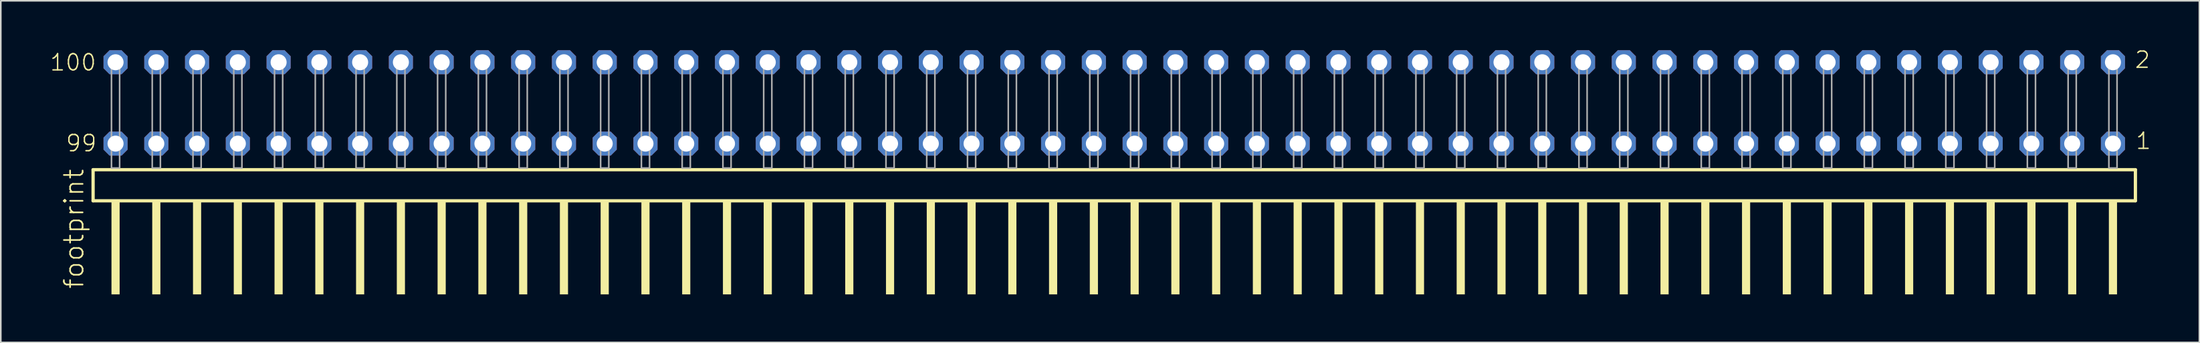
<source format=kicad_pcb>
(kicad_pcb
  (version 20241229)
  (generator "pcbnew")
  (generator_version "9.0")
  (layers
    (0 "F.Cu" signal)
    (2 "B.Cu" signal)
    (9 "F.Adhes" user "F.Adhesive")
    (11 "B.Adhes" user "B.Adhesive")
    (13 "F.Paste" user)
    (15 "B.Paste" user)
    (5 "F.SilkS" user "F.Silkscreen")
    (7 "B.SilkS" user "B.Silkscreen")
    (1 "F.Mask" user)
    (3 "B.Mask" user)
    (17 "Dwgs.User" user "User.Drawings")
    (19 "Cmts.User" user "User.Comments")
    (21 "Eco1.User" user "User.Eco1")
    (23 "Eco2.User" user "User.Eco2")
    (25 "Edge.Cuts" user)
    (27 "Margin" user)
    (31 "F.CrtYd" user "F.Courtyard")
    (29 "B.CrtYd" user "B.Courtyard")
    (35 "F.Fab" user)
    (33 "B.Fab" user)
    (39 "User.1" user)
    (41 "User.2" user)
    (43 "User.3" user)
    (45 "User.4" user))
  (footprint "footprint"
    (layer "F.Cu")
    (at 66.38 7.441)
    (property "Reference" "footprint" (at -64.135 7.62 90) (layer "F.SilkS") (effects (font (size 1.168 1.168) (thickness 0.102)) (justify left bottom)))
    (fp_line (start -63.629 0.106) (end -63.629 2.046) (stroke (width 0.203) (type solid)) (layer "F.SilkS"))
    (fp_line (start -63.629 2.046) (end 63.629 2.046) (stroke (width 0.203) (type solid)) (layer "F.SilkS"))
    (fp_line (start 63.629 0.106) (end -63.629 0.106) (stroke (width 0.203) (type solid)) (layer "F.SilkS"))
    (fp_line (start 63.629 2.046) (end 63.629 0.106) (stroke (width 0.203) (type solid)) (layer "F.SilkS"))
    (fp_poly (pts (xy -62.484 7.89) (xy -61.976 7.89) (xy -61.976 2.04) (xy -62.484 2.04)) (stroke (width 0) (type solid)) (fill yes) (layer "F.SilkS"))
    (fp_poly (pts (xy -59.944 7.89) (xy -59.436 7.89) (xy -59.436 2.04) (xy -59.944 2.04)) (stroke (width 0) (type solid)) (fill yes) (layer "F.SilkS"))
    (fp_poly (pts (xy -57.404 7.89) (xy -56.896 7.89) (xy -56.896 2.04) (xy -57.404 2.04)) (stroke (width 0) (type solid)) (fill yes) (layer "F.SilkS"))
    (fp_poly (pts (xy -54.864 7.89) (xy -54.356 7.89) (xy -54.356 2.04) (xy -54.864 2.04)) (stroke (width 0) (type solid)) (fill yes) (layer "F.SilkS"))
    (fp_poly (pts (xy -52.324 7.89) (xy -51.816 7.89) (xy -51.816 2.04) (xy -52.324 2.04)) (stroke (width 0) (type solid)) (fill yes) (layer "F.SilkS"))
    (fp_poly (pts (xy -49.784 7.89) (xy -49.276 7.89) (xy -49.276 2.04) (xy -49.784 2.04)) (stroke (width 0) (type solid)) (fill yes) (layer "F.SilkS"))
    (fp_poly (pts (xy -47.244 7.89) (xy -46.736 7.89) (xy -46.736 2.04) (xy -47.244 2.04)) (stroke (width 0) (type solid)) (fill yes) (layer "F.SilkS"))
    (fp_poly (pts (xy -44.704 7.89) (xy -44.196 7.89) (xy -44.196 2.04) (xy -44.704 2.04)) (stroke (width 0) (type solid)) (fill yes) (layer "F.SilkS"))
    (fp_poly (pts (xy -42.164 7.89) (xy -41.656 7.89) (xy -41.656 2.04) (xy -42.164 2.04)) (stroke (width 0) (type solid)) (fill yes) (layer "F.SilkS"))
    (fp_poly (pts (xy -39.624 7.89) (xy -39.116 7.89) (xy -39.116 2.04) (xy -39.624 2.04)) (stroke (width 0) (type solid)) (fill yes) (layer "F.SilkS"))
    (fp_poly (pts (xy -37.084 7.89) (xy -36.576 7.89) (xy -36.576 2.04) (xy -37.084 2.04)) (stroke (width 0) (type solid)) (fill yes) (layer "F.SilkS"))
    (fp_poly (pts (xy -34.544 7.89) (xy -34.036 7.89) (xy -34.036 2.04) (xy -34.544 2.04)) (stroke (width 0) (type solid)) (fill yes) (layer "F.SilkS"))
    (fp_poly (pts (xy -32.004 7.89) (xy -31.496 7.89) (xy -31.496 2.04) (xy -32.004 2.04)) (stroke (width 0) (type solid)) (fill yes) (layer "F.SilkS"))
    (fp_poly (pts (xy -29.464 7.89) (xy -28.956 7.89) (xy -28.956 2.04) (xy -29.464 2.04)) (stroke (width 0) (type solid)) (fill yes) (layer "F.SilkS"))
    (fp_poly (pts (xy -26.924 7.89) (xy -26.416 7.89) (xy -26.416 2.04) (xy -26.924 2.04)) (stroke (width 0) (type solid)) (fill yes) (layer "F.SilkS"))
    (fp_poly (pts (xy -24.384 7.89) (xy -23.876 7.89) (xy -23.876 2.04) (xy -24.384 2.04)) (stroke (width 0) (type solid)) (fill yes) (layer "F.SilkS"))
    (fp_poly (pts (xy -21.844 7.89) (xy -21.336 7.89) (xy -21.336 2.04) (xy -21.844 2.04)) (stroke (width 0) (type solid)) (fill yes) (layer "F.SilkS"))
    (fp_poly (pts (xy -19.304 7.89) (xy -18.796 7.89) (xy -18.796 2.04) (xy -19.304 2.04)) (stroke (width 0) (type solid)) (fill yes) (layer "F.SilkS"))
    (fp_poly (pts (xy -16.764 7.89) (xy -16.256 7.89) (xy -16.256 2.04) (xy -16.764 2.04)) (stroke (width 0) (type solid)) (fill yes) (layer "F.SilkS"))
    (fp_poly (pts (xy -14.224 7.89) (xy -13.716 7.89) (xy -13.716 2.04) (xy -14.224 2.04)) (stroke (width 0) (type solid)) (fill yes) (layer "F.SilkS"))
    (fp_poly (pts (xy -11.684 7.89) (xy -11.176 7.89) (xy -11.176 2.04) (xy -11.684 2.04)) (stroke (width 0) (type solid)) (fill yes) (layer "F.SilkS"))
    (fp_poly (pts (xy -9.144 7.89) (xy -8.636 7.89) (xy -8.636 2.04) (xy -9.144 2.04)) (stroke (width 0) (type solid)) (fill yes) (layer "F.SilkS"))
    (fp_poly (pts (xy -6.604 7.89) (xy -6.096 7.89) (xy -6.096 2.04) (xy -6.604 2.04)) (stroke (width 0) (type solid)) (fill yes) (layer "F.SilkS"))
    (fp_poly (pts (xy -4.064 7.89) (xy -3.556 7.89) (xy -3.556 2.04) (xy -4.064 2.04)) (stroke (width 0) (type solid)) (fill yes) (layer "F.SilkS"))
    (fp_poly (pts (xy -1.524 7.89) (xy -1.016 7.89) (xy -1.016 2.04) (xy -1.524 2.04)) (stroke (width 0) (type solid)) (fill yes) (layer "F.SilkS"))
    (fp_poly (pts (xy 1.016 7.89) (xy 1.524 7.89) (xy 1.524 2.04) (xy 1.016 2.04)) (stroke (width 0) (type solid)) (fill yes) (layer "F.SilkS"))
    (fp_poly (pts (xy 3.556 7.89) (xy 4.064 7.89) (xy 4.064 2.04) (xy 3.556 2.04)) (stroke (width 0) (type solid)) (fill yes) (layer "F.SilkS"))
    (fp_poly (pts (xy 6.096 7.89) (xy 6.604 7.89) (xy 6.604 2.04) (xy 6.096 2.04)) (stroke (width 0) (type solid)) (fill yes) (layer "F.SilkS"))
    (fp_poly (pts (xy 8.636 7.89) (xy 9.144 7.89) (xy 9.144 2.04) (xy 8.636 2.04)) (stroke (width 0) (type solid)) (fill yes) (layer "F.SilkS"))
    (fp_poly (pts (xy 11.176 7.89) (xy 11.684 7.89) (xy 11.684 2.04) (xy 11.176 2.04)) (stroke (width 0) (type solid)) (fill yes) (layer "F.SilkS"))
    (fp_poly (pts (xy 13.716 7.89) (xy 14.224 7.89) (xy 14.224 2.04) (xy 13.716 2.04)) (stroke (width 0) (type solid)) (fill yes) (layer "F.SilkS"))
    (fp_poly (pts (xy 16.256 7.89) (xy 16.764 7.89) (xy 16.764 2.04) (xy 16.256 2.04)) (stroke (width 0) (type solid)) (fill yes) (layer "F.SilkS"))
    (fp_poly (pts (xy 18.796 7.89) (xy 19.304 7.89) (xy 19.304 2.04) (xy 18.796 2.04)) (stroke (width 0) (type solid)) (fill yes) (layer "F.SilkS"))
    (fp_poly (pts (xy 21.336 7.89) (xy 21.844 7.89) (xy 21.844 2.04) (xy 21.336 2.04)) (stroke (width 0) (type solid)) (fill yes) (layer "F.SilkS"))
    (fp_poly (pts (xy 23.876 7.89) (xy 24.384 7.89) (xy 24.384 2.04) (xy 23.876 2.04)) (stroke (width 0) (type solid)) (fill yes) (layer "F.SilkS"))
    (fp_poly (pts (xy 26.416 7.89) (xy 26.924 7.89) (xy 26.924 2.04) (xy 26.416 2.04)) (stroke (width 0) (type solid)) (fill yes) (layer "F.SilkS"))
    (fp_poly (pts (xy 28.956 7.89) (xy 29.464 7.89) (xy 29.464 2.04) (xy 28.956 2.04)) (stroke (width 0) (type solid)) (fill yes) (layer "F.SilkS"))
    (fp_poly (pts (xy 31.496 7.89) (xy 32.004 7.89) (xy 32.004 2.04) (xy 31.496 2.04)) (stroke (width 0) (type solid)) (fill yes) (layer "F.SilkS"))
    (fp_poly (pts (xy 34.036 7.89) (xy 34.544 7.89) (xy 34.544 2.04) (xy 34.036 2.04)) (stroke (width 0) (type solid)) (fill yes) (layer "F.SilkS"))
    (fp_poly (pts (xy 36.576 7.89) (xy 37.084 7.89) (xy 37.084 2.04) (xy 36.576 2.04)) (stroke (width 0) (type solid)) (fill yes) (layer "F.SilkS"))
    (fp_poly (pts (xy 39.116 7.89) (xy 39.624 7.89) (xy 39.624 2.04) (xy 39.116 2.04)) (stroke (width 0) (type solid)) (fill yes) (layer "F.SilkS"))
    (fp_poly (pts (xy 41.656 7.89) (xy 42.164 7.89) (xy 42.164 2.04) (xy 41.656 2.04)) (stroke (width 0) (type solid)) (fill yes) (layer "F.SilkS"))
    (fp_poly (pts (xy 44.196 7.89) (xy 44.704 7.89) (xy 44.704 2.04) (xy 44.196 2.04)) (stroke (width 0) (type solid)) (fill yes) (layer "F.SilkS"))
    (fp_poly (pts (xy 46.736 7.89) (xy 47.244 7.89) (xy 47.244 2.04) (xy 46.736 2.04)) (stroke (width 0) (type solid)) (fill yes) (layer "F.SilkS"))
    (fp_poly (pts (xy 49.276 7.89) (xy 49.784 7.89) (xy 49.784 2.04) (xy 49.276 2.04)) (stroke (width 0) (type solid)) (fill yes) (layer "F.SilkS"))
    (fp_poly (pts (xy 51.816 7.89) (xy 52.324 7.89) (xy 52.324 2.04) (xy 51.816 2.04)) (stroke (width 0) (type solid)) (fill yes) (layer "F.SilkS"))
    (fp_poly (pts (xy 54.356 7.89) (xy 54.864 7.89) (xy 54.864 2.04) (xy 54.356 2.04)) (stroke (width 0) (type solid)) (fill yes) (layer "F.SilkS"))
    (fp_poly (pts (xy 56.896 7.89) (xy 57.404 7.89) (xy 57.404 2.04) (xy 56.896 2.04)) (stroke (width 0) (type solid)) (fill yes) (layer "F.SilkS"))
    (fp_poly (pts (xy 59.436 7.89) (xy 59.944 7.89) (xy 59.944 2.04) (xy 59.436 2.04)) (stroke (width 0) (type solid)) (fill yes) (layer "F.SilkS"))
    (fp_poly (pts (xy 61.976 7.89) (xy 62.484 7.89) (xy 62.484 2.04) (xy 61.976 2.04)) (stroke (width 0) (type solid)) (fill yes) (layer "F.SilkS"))
    (fp_poly (pts (xy -62.484 0) (xy -61.976 0) (xy -61.976 -6.858) (xy -62.484 -6.858)) (stroke (width 0.1) (type solid)) (fill no) (layer "F.Fab"))
    (fp_poly (pts (xy -59.944 0) (xy -59.436 0) (xy -59.436 -6.858) (xy -59.944 -6.858)) (stroke (width 0.1) (type solid)) (fill no) (layer "F.Fab"))
    (fp_poly (pts (xy -57.404 0) (xy -56.896 0) (xy -56.896 -6.858) (xy -57.404 -6.858)) (stroke (width 0.1) (type solid)) (fill no) (layer "F.Fab"))
    (fp_poly (pts (xy -54.864 0) (xy -54.356 0) (xy -54.356 -6.858) (xy -54.864 -6.858)) (stroke (width 0.1) (type solid)) (fill no) (layer "F.Fab"))
    (fp_poly (pts (xy -52.324 0) (xy -51.816 0) (xy -51.816 -6.858) (xy -52.324 -6.858)) (stroke (width 0.1) (type solid)) (fill no) (layer "F.Fab"))
    (fp_poly (pts (xy -49.784 0) (xy -49.276 0) (xy -49.276 -6.858) (xy -49.784 -6.858)) (stroke (width 0.1) (type solid)) (fill no) (layer "F.Fab"))
    (fp_poly (pts (xy -47.244 0) (xy -46.736 0) (xy -46.736 -6.858) (xy -47.244 -6.858)) (stroke (width 0.1) (type solid)) (fill no) (layer "F.Fab"))
    (fp_poly (pts (xy -44.704 0) (xy -44.196 0) (xy -44.196 -6.858) (xy -44.704 -6.858)) (stroke (width 0.1) (type solid)) (fill no) (layer "F.Fab"))
    (fp_poly (pts (xy -42.164 0) (xy -41.656 0) (xy -41.656 -6.858) (xy -42.164 -6.858)) (stroke (width 0.1) (type solid)) (fill no) (layer "F.Fab"))
    (fp_poly (pts (xy -39.624 0) (xy -39.116 0) (xy -39.116 -6.858) (xy -39.624 -6.858)) (stroke (width 0.1) (type solid)) (fill no) (layer "F.Fab"))
    (fp_poly (pts (xy -37.084 0) (xy -36.576 0) (xy -36.576 -6.858) (xy -37.084 -6.858)) (stroke (width 0.1) (type solid)) (fill no) (layer "F.Fab"))
    (fp_poly (pts (xy -34.544 0) (xy -34.036 0) (xy -34.036 -6.858) (xy -34.544 -6.858)) (stroke (width 0.1) (type solid)) (fill no) (layer "F.Fab"))
    (fp_poly (pts (xy -32.004 0) (xy -31.496 0) (xy -31.496 -6.858) (xy -32.004 -6.858)) (stroke (width 0.1) (type solid)) (fill no) (layer "F.Fab"))
    (fp_poly (pts (xy -29.464 0) (xy -28.956 0) (xy -28.956 -6.858) (xy -29.464 -6.858)) (stroke (width 0.1) (type solid)) (fill no) (layer "F.Fab"))
    (fp_poly (pts (xy -26.924 0) (xy -26.416 0) (xy -26.416 -6.858) (xy -26.924 -6.858)) (stroke (width 0.1) (type solid)) (fill no) (layer "F.Fab"))
    (fp_poly (pts (xy -24.384 0) (xy -23.876 0) (xy -23.876 -6.858) (xy -24.384 -6.858)) (stroke (width 0.1) (type solid)) (fill no) (layer "F.Fab"))
    (fp_poly (pts (xy -21.844 0) (xy -21.336 0) (xy -21.336 -6.858) (xy -21.844 -6.858)) (stroke (width 0.1) (type solid)) (fill no) (layer "F.Fab"))
    (fp_poly (pts (xy -19.304 0) (xy -18.796 0) (xy -18.796 -6.858) (xy -19.304 -6.858)) (stroke (width 0.1) (type solid)) (fill no) (layer "F.Fab"))
    (fp_poly (pts (xy -16.764 0) (xy -16.256 0) (xy -16.256 -6.858) (xy -16.764 -6.858)) (stroke (width 0.1) (type solid)) (fill no) (layer "F.Fab"))
    (fp_poly (pts (xy -14.224 0) (xy -13.716 0) (xy -13.716 -6.858) (xy -14.224 -6.858)) (stroke (width 0.1) (type solid)) (fill no) (layer "F.Fab"))
    (fp_poly (pts (xy -11.684 0) (xy -11.176 0) (xy -11.176 -6.858) (xy -11.684 -6.858)) (stroke (width 0.1) (type solid)) (fill no) (layer "F.Fab"))
    (fp_poly (pts (xy -9.144 0) (xy -8.636 0) (xy -8.636 -6.858) (xy -9.144 -6.858)) (stroke (width 0.1) (type solid)) (fill no) (layer "F.Fab"))
    (fp_poly (pts (xy -6.604 0) (xy -6.096 0) (xy -6.096 -6.858) (xy -6.604 -6.858)) (stroke (width 0.1) (type solid)) (fill no) (layer "F.Fab"))
    (fp_poly (pts (xy -4.064 0) (xy -3.556 0) (xy -3.556 -6.858) (xy -4.064 -6.858)) (stroke (width 0.1) (type solid)) (fill no) (layer "F.Fab"))
    (fp_poly (pts (xy -1.524 0) (xy -1.016 0) (xy -1.016 -6.858) (xy -1.524 -6.858)) (stroke (width 0.1) (type solid)) (fill no) (layer "F.Fab"))
    (fp_poly (pts (xy 1.016 0) (xy 1.524 0) (xy 1.524 -6.858) (xy 1.016 -6.858)) (stroke (width 0.1) (type solid)) (fill no) (layer "F.Fab"))
    (fp_poly (pts (xy 3.556 0) (xy 4.064 0) (xy 4.064 -6.858) (xy 3.556 -6.858)) (stroke (width 0.1) (type solid)) (fill no) (layer "F.Fab"))
    (fp_poly (pts (xy 6.096 0) (xy 6.604 0) (xy 6.604 -6.858) (xy 6.096 -6.858)) (stroke (width 0.1) (type solid)) (fill no) (layer "F.Fab"))
    (fp_poly (pts (xy 8.636 0) (xy 9.144 0) (xy 9.144 -6.858) (xy 8.636 -6.858)) (stroke (width 0.1) (type solid)) (fill no) (layer "F.Fab"))
    (fp_poly (pts (xy 11.176 0) (xy 11.684 0) (xy 11.684 -6.858) (xy 11.176 -6.858)) (stroke (width 0.1) (type solid)) (fill no) (layer "F.Fab"))
    (fp_poly (pts (xy 13.716 0) (xy 14.224 0) (xy 14.224 -6.858) (xy 13.716 -6.858)) (stroke (width 0.1) (type solid)) (fill no) (layer "F.Fab"))
    (fp_poly (pts (xy 16.256 0) (xy 16.764 0) (xy 16.764 -6.858) (xy 16.256 -6.858)) (stroke (width 0.1) (type solid)) (fill no) (layer "F.Fab"))
    (fp_poly (pts (xy 18.796 0) (xy 19.304 0) (xy 19.304 -6.858) (xy 18.796 -6.858)) (stroke (width 0.1) (type solid)) (fill no) (layer "F.Fab"))
    (fp_poly (pts (xy 21.336 0) (xy 21.844 0) (xy 21.844 -6.858) (xy 21.336 -6.858)) (stroke (width 0.1) (type solid)) (fill no) (layer "F.Fab"))
    (fp_poly (pts (xy 23.876 0) (xy 24.384 0) (xy 24.384 -6.858) (xy 23.876 -6.858)) (stroke (width 0.1) (type solid)) (fill no) (layer "F.Fab"))
    (fp_poly (pts (xy 26.416 0) (xy 26.924 0) (xy 26.924 -6.858) (xy 26.416 -6.858)) (stroke (width 0.1) (type solid)) (fill no) (layer "F.Fab"))
    (fp_poly (pts (xy 28.956 0) (xy 29.464 0) (xy 29.464 -6.858) (xy 28.956 -6.858)) (stroke (width 0.1) (type solid)) (fill no) (layer "F.Fab"))
    (fp_poly (pts (xy 31.496 0) (xy 32.004 0) (xy 32.004 -6.858) (xy 31.496 -6.858)) (stroke (width 0.1) (type solid)) (fill no) (layer "F.Fab"))
    (fp_poly (pts (xy 34.036 0) (xy 34.544 0) (xy 34.544 -6.858) (xy 34.036 -6.858)) (stroke (width 0.1) (type solid)) (fill no) (layer "F.Fab"))
    (fp_poly (pts (xy 36.576 0) (xy 37.084 0) (xy 37.084 -6.858) (xy 36.576 -6.858)) (stroke (width 0.1) (type solid)) (fill no) (layer "F.Fab"))
    (fp_poly (pts (xy 39.116 0) (xy 39.624 0) (xy 39.624 -6.858) (xy 39.116 -6.858)) (stroke (width 0.1) (type solid)) (fill no) (layer "F.Fab"))
    (fp_poly (pts (xy 41.656 0) (xy 42.164 0) (xy 42.164 -6.858) (xy 41.656 -6.858)) (stroke (width 0.1) (type solid)) (fill no) (layer "F.Fab"))
    (fp_poly (pts (xy 44.196 0) (xy 44.704 0) (xy 44.704 -6.858) (xy 44.196 -6.858)) (stroke (width 0.1) (type solid)) (fill no) (layer "F.Fab"))
    (fp_poly (pts (xy 46.736 0) (xy 47.244 0) (xy 47.244 -6.858) (xy 46.736 -6.858)) (stroke (width 0.1) (type solid)) (fill no) (layer "F.Fab"))
    (fp_poly (pts (xy 49.276 0) (xy 49.784 0) (xy 49.784 -6.858) (xy 49.276 -6.858)) (stroke (width 0.1) (type solid)) (fill no) (layer "F.Fab"))
    (fp_poly (pts (xy 51.816 0) (xy 52.324 0) (xy 52.324 -6.858) (xy 51.816 -6.858)) (stroke (width 0.1) (type solid)) (fill no) (layer "F.Fab"))
    (fp_poly (pts (xy 54.356 0) (xy 54.864 0) (xy 54.864 -6.858) (xy 54.356 -6.858)) (stroke (width 0.1) (type solid)) (fill no) (layer "F.Fab"))
    (fp_poly (pts (xy 56.896 0) (xy 57.404 0) (xy 57.404 -6.858) (xy 56.896 -6.858)) (stroke (width 0.1) (type solid)) (fill no) (layer "F.Fab"))
    (fp_poly (pts (xy 59.436 0) (xy 59.944 0) (xy 59.944 -6.858) (xy 59.436 -6.858)) (stroke (width 0.1) (type solid)) (fill no) (layer "F.Fab"))
    (fp_poly (pts (xy 61.976 0) (xy 62.484 0) (xy 62.484 -6.858) (xy 61.976 -6.858)) (stroke (width 0.1) (type solid)) (fill no) (layer "F.Fab"))
    (fp_text user "99" (at -65.385 -0.955 0) (layer "F.SilkS") (effects (font (size 1.012 1.012) (thickness 0.088)) (justify left bottom)))
    (fp_text user "1" (at 63.59 -1.1 0) (layer "F.SilkS") (effects (font (size 1.012 1.012) (thickness 0.088)) (justify left bottom)))
    (fp_text user "2" (at 63.53 -6.165 0) (layer "F.SilkS") (effects (font (size 1.012 1.012) (thickness 0.088)) (justify left bottom)))
    (fp_text user "100" (at -66.38 -6 0) (layer "F.SilkS") (effects (font (size 1.012 1.012) (thickness 0.088)) (justify left bottom)))
    (pad "1" thru_hole roundrect (at 62.23 -1.524 180) (size 1.5 1.5) (drill 1) (layers "*.Cu" "*.Mask") (roundrect_rratio 0.25) (chamfer_ratio 0.25) (chamfer top_left top_right bottom_left bottom_right))
    (pad "2" thru_hole roundrect (at 62.23 -6.604 180) (size 1.5 1.5) (drill 1) (layers "*.Cu" "*.Mask") (roundrect_rratio 0.25) (chamfer_ratio 0.25) (chamfer top_left top_right bottom_left bottom_right))
    (pad "3" thru_hole roundrect (at 59.69 -1.524 180) (size 1.5 1.5) (drill 1) (layers "*.Cu" "*.Mask") (roundrect_rratio 0.25) (chamfer_ratio 0.25) (chamfer top_left top_right bottom_left bottom_right))
    (pad "4" thru_hole roundrect (at 59.69 -6.604 180) (size 1.5 1.5) (drill 1) (layers "*.Cu" "*.Mask") (roundrect_rratio 0.25) (chamfer_ratio 0.25) (chamfer top_left top_right bottom_left bottom_right))
    (pad "5" thru_hole roundrect (at 57.15 -1.524 180) (size 1.5 1.5) (drill 1) (layers "*.Cu" "*.Mask") (roundrect_rratio 0.25) (chamfer_ratio 0.25) (chamfer top_left top_right bottom_left bottom_right))
    (pad "6" thru_hole roundrect (at 57.15 -6.604 180) (size 1.5 1.5) (drill 1) (layers "*.Cu" "*.Mask") (roundrect_rratio 0.25) (chamfer_ratio 0.25) (chamfer top_left top_right bottom_left bottom_right))
    (pad "7" thru_hole roundrect (at 54.61 -1.524 180) (size 1.5 1.5) (drill 1) (layers "*.Cu" "*.Mask") (roundrect_rratio 0.25) (chamfer_ratio 0.25) (chamfer top_left top_right bottom_left bottom_right))
    (pad "8" thru_hole roundrect (at 54.61 -6.604 180) (size 1.5 1.5) (drill 1) (layers "*.Cu" "*.Mask") (roundrect_rratio 0.25) (chamfer_ratio 0.25) (chamfer top_left top_right bottom_left bottom_right))
    (pad "9" thru_hole roundrect (at 52.07 -1.524 180) (size 1.5 1.5) (drill 1) (layers "*.Cu" "*.Mask") (roundrect_rratio 0.25) (chamfer_ratio 0.25) (chamfer top_left top_right bottom_left bottom_right))
    (pad "10" thru_hole roundrect (at 52.07 -6.604 180) (size 1.5 1.5) (drill 1) (layers "*.Cu" "*.Mask") (roundrect_rratio 0.25) (chamfer_ratio 0.25) (chamfer top_left top_right bottom_left bottom_right))
    (pad "11" thru_hole roundrect (at 49.53 -1.524 180) (size 1.5 1.5) (drill 1) (layers "*.Cu" "*.Mask") (roundrect_rratio 0.25) (chamfer_ratio 0.25) (chamfer top_left top_right bottom_left bottom_right))
    (pad "12" thru_hole roundrect (at 49.53 -6.604 180) (size 1.5 1.5) (drill 1) (layers "*.Cu" "*.Mask") (roundrect_rratio 0.25) (chamfer_ratio 0.25) (chamfer top_left top_right bottom_left bottom_right))
    (pad "13" thru_hole roundrect (at 46.99 -1.524 180) (size 1.5 1.5) (drill 1) (layers "*.Cu" "*.Mask") (roundrect_rratio 0.25) (chamfer_ratio 0.25) (chamfer top_left top_right bottom_left bottom_right))
    (pad "14" thru_hole roundrect (at 46.99 -6.604 180) (size 1.5 1.5) (drill 1) (layers "*.Cu" "*.Mask") (roundrect_rratio 0.25) (chamfer_ratio 0.25) (chamfer top_left top_right bottom_left bottom_right))
    (pad "15" thru_hole roundrect (at 44.45 -1.524 180) (size 1.5 1.5) (drill 1) (layers "*.Cu" "*.Mask") (roundrect_rratio 0.25) (chamfer_ratio 0.25) (chamfer top_left top_right bottom_left bottom_right))
    (pad "16" thru_hole roundrect (at 44.45 -6.604 180) (size 1.5 1.5) (drill 1) (layers "*.Cu" "*.Mask") (roundrect_rratio 0.25) (chamfer_ratio 0.25) (chamfer top_left top_right bottom_left bottom_right))
    (pad "17" thru_hole roundrect (at 41.91 -1.524 180) (size 1.5 1.5) (drill 1) (layers "*.Cu" "*.Mask") (roundrect_rratio 0.25) (chamfer_ratio 0.25) (chamfer top_left top_right bottom_left bottom_right))
    (pad "18" thru_hole roundrect (at 41.91 -6.604 180) (size 1.5 1.5) (drill 1) (layers "*.Cu" "*.Mask") (roundrect_rratio 0.25) (chamfer_ratio 0.25) (chamfer top_left top_right bottom_left bottom_right))
    (pad "19" thru_hole roundrect (at 39.37 -1.524 180) (size 1.5 1.5) (drill 1) (layers "*.Cu" "*.Mask") (roundrect_rratio 0.25) (chamfer_ratio 0.25) (chamfer top_left top_right bottom_left bottom_right))
    (pad "20" thru_hole roundrect (at 39.37 -6.604 180) (size 1.5 1.5) (drill 1) (layers "*.Cu" "*.Mask") (roundrect_rratio 0.25) (chamfer_ratio 0.25) (chamfer top_left top_right bottom_left bottom_right))
    (pad "21" thru_hole roundrect (at 36.83 -1.524 180) (size 1.5 1.5) (drill 1) (layers "*.Cu" "*.Mask") (roundrect_rratio 0.25) (chamfer_ratio 0.25) (chamfer top_left top_right bottom_left bottom_right))
    (pad "22" thru_hole roundrect (at 36.83 -6.604 180) (size 1.5 1.5) (drill 1) (layers "*.Cu" "*.Mask") (roundrect_rratio 0.25) (chamfer_ratio 0.25) (chamfer top_left top_right bottom_left bottom_right))
    (pad "23" thru_hole roundrect (at 34.29 -1.524 180) (size 1.5 1.5) (drill 1) (layers "*.Cu" "*.Mask") (roundrect_rratio 0.25) (chamfer_ratio 0.25) (chamfer top_left top_right bottom_left bottom_right))
    (pad "24" thru_hole roundrect (at 34.29 -6.604 180) (size 1.5 1.5) (drill 1) (layers "*.Cu" "*.Mask") (roundrect_rratio 0.25) (chamfer_ratio 0.25) (chamfer top_left top_right bottom_left bottom_right))
    (pad "25" thru_hole roundrect (at 31.75 -1.524 180) (size 1.5 1.5) (drill 1) (layers "*.Cu" "*.Mask") (roundrect_rratio 0.25) (chamfer_ratio 0.25) (chamfer top_left top_right bottom_left bottom_right))
    (pad "26" thru_hole roundrect (at 31.75 -6.604 180) (size 1.5 1.5) (drill 1) (layers "*.Cu" "*.Mask") (roundrect_rratio 0.25) (chamfer_ratio 0.25) (chamfer top_left top_right bottom_left bottom_right))
    (pad "27" thru_hole roundrect (at 29.21 -1.524 180) (size 1.5 1.5) (drill 1) (layers "*.Cu" "*.Mask") (roundrect_rratio 0.25) (chamfer_ratio 0.25) (chamfer top_left top_right bottom_left bottom_right))
    (pad "28" thru_hole roundrect (at 29.21 -6.604 180) (size 1.5 1.5) (drill 1) (layers "*.Cu" "*.Mask") (roundrect_rratio 0.25) (chamfer_ratio 0.25) (chamfer top_left top_right bottom_left bottom_right))
    (pad "29" thru_hole roundrect (at 26.67 -1.524 180) (size 1.5 1.5) (drill 1) (layers "*.Cu" "*.Mask") (roundrect_rratio 0.25) (chamfer_ratio 0.25) (chamfer top_left top_right bottom_left bottom_right))
    (pad "30" thru_hole roundrect (at 26.67 -6.604 180) (size 1.5 1.5) (drill 1) (layers "*.Cu" "*.Mask") (roundrect_rratio 0.25) (chamfer_ratio 0.25) (chamfer top_left top_right bottom_left bottom_right))
    (pad "31" thru_hole roundrect (at 24.13 -1.524 180) (size 1.5 1.5) (drill 1) (layers "*.Cu" "*.Mask") (roundrect_rratio 0.25) (chamfer_ratio 0.25) (chamfer top_left top_right bottom_left bottom_right))
    (pad "32" thru_hole roundrect (at 24.13 -6.604 180) (size 1.5 1.5) (drill 1) (layers "*.Cu" "*.Mask") (roundrect_rratio 0.25) (chamfer_ratio 0.25) (chamfer top_left top_right bottom_left bottom_right))
    (pad "33" thru_hole roundrect (at 21.59 -1.524 180) (size 1.5 1.5) (drill 1) (layers "*.Cu" "*.Mask") (roundrect_rratio 0.25) (chamfer_ratio 0.25) (chamfer top_left top_right bottom_left bottom_right))
    (pad "34" thru_hole roundrect (at 21.59 -6.604 180) (size 1.5 1.5) (drill 1) (layers "*.Cu" "*.Mask") (roundrect_rratio 0.25) (chamfer_ratio 0.25) (chamfer top_left top_right bottom_left bottom_right))
    (pad "35" thru_hole roundrect (at 19.05 -1.524 180) (size 1.5 1.5) (drill 1) (layers "*.Cu" "*.Mask") (roundrect_rratio 0.25) (chamfer_ratio 0.25) (chamfer top_left top_right bottom_left bottom_right))
    (pad "36" thru_hole roundrect (at 19.05 -6.604 180) (size 1.5 1.5) (drill 1) (layers "*.Cu" "*.Mask") (roundrect_rratio 0.25) (chamfer_ratio 0.25) (chamfer top_left top_right bottom_left bottom_right))
    (pad "37" thru_hole roundrect (at 16.51 -1.524 180) (size 1.5 1.5) (drill 1) (layers "*.Cu" "*.Mask") (roundrect_rratio 0.25) (chamfer_ratio 0.25) (chamfer top_left top_right bottom_left bottom_right))
    (pad "38" thru_hole roundrect (at 16.51 -6.604 180) (size 1.5 1.5) (drill 1) (layers "*.Cu" "*.Mask") (roundrect_rratio 0.25) (chamfer_ratio 0.25) (chamfer top_left top_right bottom_left bottom_right))
    (pad "39" thru_hole roundrect (at 13.97 -1.524 180) (size 1.5 1.5) (drill 1) (layers "*.Cu" "*.Mask") (roundrect_rratio 0.25) (chamfer_ratio 0.25) (chamfer top_left top_right bottom_left bottom_right))
    (pad "40" thru_hole roundrect (at 13.97 -6.604 180) (size 1.5 1.5) (drill 1) (layers "*.Cu" "*.Mask") (roundrect_rratio 0.25) (chamfer_ratio 0.25) (chamfer top_left top_right bottom_left bottom_right))
    (pad "41" thru_hole roundrect (at 11.43 -1.524 180) (size 1.5 1.5) (drill 1) (layers "*.Cu" "*.Mask") (roundrect_rratio 0.25) (chamfer_ratio 0.25) (chamfer top_left top_right bottom_left bottom_right))
    (pad "42" thru_hole roundrect (at 11.43 -6.604 180) (size 1.5 1.5) (drill 1) (layers "*.Cu" "*.Mask") (roundrect_rratio 0.25) (chamfer_ratio 0.25) (chamfer top_left top_right bottom_left bottom_right))
    (pad "43" thru_hole roundrect (at 8.89 -1.524 180) (size 1.5 1.5) (drill 1) (layers "*.Cu" "*.Mask") (roundrect_rratio 0.25) (chamfer_ratio 0.25) (chamfer top_left top_right bottom_left bottom_right))
    (pad "44" thru_hole roundrect (at 8.89 -6.604 180) (size 1.5 1.5) (drill 1) (layers "*.Cu" "*.Mask") (roundrect_rratio 0.25) (chamfer_ratio 0.25) (chamfer top_left top_right bottom_left bottom_right))
    (pad "45" thru_hole roundrect (at 6.35 -1.524 180) (size 1.5 1.5) (drill 1) (layers "*.Cu" "*.Mask") (roundrect_rratio 0.25) (chamfer_ratio 0.25) (chamfer top_left top_right bottom_left bottom_right))
    (pad "46" thru_hole roundrect (at 6.35 -6.604 180) (size 1.5 1.5) (drill 1) (layers "*.Cu" "*.Mask") (roundrect_rratio 0.25) (chamfer_ratio 0.25) (chamfer top_left top_right bottom_left bottom_right))
    (pad "47" thru_hole roundrect (at 3.81 -1.524 180) (size 1.5 1.5) (drill 1) (layers "*.Cu" "*.Mask") (roundrect_rratio 0.25) (chamfer_ratio 0.25) (chamfer top_left top_right bottom_left bottom_right))
    (pad "48" thru_hole roundrect (at 3.81 -6.604 180) (size 1.5 1.5) (drill 1) (layers "*.Cu" "*.Mask") (roundrect_rratio 0.25) (chamfer_ratio 0.25) (chamfer top_left top_right bottom_left bottom_right))
    (pad "49" thru_hole roundrect (at 1.27 -1.524 180) (size 1.5 1.5) (drill 1) (layers "*.Cu" "*.Mask") (roundrect_rratio 0.25) (chamfer_ratio 0.25) (chamfer top_left top_right bottom_left bottom_right))
    (pad "50" thru_hole roundrect (at 1.27 -6.604 180) (size 1.5 1.5) (drill 1) (layers "*.Cu" "*.Mask") (roundrect_rratio 0.25) (chamfer_ratio 0.25) (chamfer top_left top_right bottom_left bottom_right))
    (pad "51" thru_hole roundrect (at -1.27 -1.524 180) (size 1.5 1.5) (drill 1) (layers "*.Cu" "*.Mask") (roundrect_rratio 0.25) (chamfer_ratio 0.25) (chamfer top_left top_right bottom_left bottom_right))
    (pad "52" thru_hole roundrect (at -1.27 -6.604 180) (size 1.5 1.5) (drill 1) (layers "*.Cu" "*.Mask") (roundrect_rratio 0.25) (chamfer_ratio 0.25) (chamfer top_left top_right bottom_left bottom_right))
    (pad "53" thru_hole roundrect (at -3.81 -1.524 180) (size 1.5 1.5) (drill 1) (layers "*.Cu" "*.Mask") (roundrect_rratio 0.25) (chamfer_ratio 0.25) (chamfer top_left top_right bottom_left bottom_right))
    (pad "54" thru_hole roundrect (at -3.81 -6.604 180) (size 1.5 1.5) (drill 1) (layers "*.Cu" "*.Mask") (roundrect_rratio 0.25) (chamfer_ratio 0.25) (chamfer top_left top_right bottom_left bottom_right))
    (pad "55" thru_hole roundrect (at -6.35 -1.524 180) (size 1.5 1.5) (drill 1) (layers "*.Cu" "*.Mask") (roundrect_rratio 0.25) (chamfer_ratio 0.25) (chamfer top_left top_right bottom_left bottom_right))
    (pad "56" thru_hole roundrect (at -6.35 -6.604 180) (size 1.5 1.5) (drill 1) (layers "*.Cu" "*.Mask") (roundrect_rratio 0.25) (chamfer_ratio 0.25) (chamfer top_left top_right bottom_left bottom_right))
    (pad "57" thru_hole roundrect (at -8.89 -1.524 180) (size 1.5 1.5) (drill 1) (layers "*.Cu" "*.Mask") (roundrect_rratio 0.25) (chamfer_ratio 0.25) (chamfer top_left top_right bottom_left bottom_right))
    (pad "58" thru_hole roundrect (at -8.89 -6.604 180) (size 1.5 1.5) (drill 1) (layers "*.Cu" "*.Mask") (roundrect_rratio 0.25) (chamfer_ratio 0.25) (chamfer top_left top_right bottom_left bottom_right))
    (pad "59" thru_hole roundrect (at -11.43 -1.524 180) (size 1.5 1.5) (drill 1) (layers "*.Cu" "*.Mask") (roundrect_rratio 0.25) (chamfer_ratio 0.25) (chamfer top_left top_right bottom_left bottom_right))
    (pad "60" thru_hole roundrect (at -11.43 -6.604 180) (size 1.5 1.5) (drill 1) (layers "*.Cu" "*.Mask") (roundrect_rratio 0.25) (chamfer_ratio 0.25) (chamfer top_left top_right bottom_left bottom_right))
    (pad "61" thru_hole roundrect (at -13.97 -1.524 180) (size 1.5 1.5) (drill 1) (layers "*.Cu" "*.Mask") (roundrect_rratio 0.25) (chamfer_ratio 0.25) (chamfer top_left top_right bottom_left bottom_right))
    (pad "62" thru_hole roundrect (at -13.97 -6.604 180) (size 1.5 1.5) (drill 1) (layers "*.Cu" "*.Mask") (roundrect_rratio 0.25) (chamfer_ratio 0.25) (chamfer top_left top_right bottom_left bottom_right))
    (pad "63" thru_hole roundrect (at -16.51 -1.524 180) (size 1.5 1.5) (drill 1) (layers "*.Cu" "*.Mask") (roundrect_rratio 0.25) (chamfer_ratio 0.25) (chamfer top_left top_right bottom_left bottom_right))
    (pad "64" thru_hole roundrect (at -16.51 -6.604 180) (size 1.5 1.5) (drill 1) (layers "*.Cu" "*.Mask") (roundrect_rratio 0.25) (chamfer_ratio 0.25) (chamfer top_left top_right bottom_left bottom_right))
    (pad "65" thru_hole roundrect (at -19.05 -1.524 180) (size 1.5 1.5) (drill 1) (layers "*.Cu" "*.Mask") (roundrect_rratio 0.25) (chamfer_ratio 0.25) (chamfer top_left top_right bottom_left bottom_right))
    (pad "66" thru_hole roundrect (at -19.05 -6.604 180) (size 1.5 1.5) (drill 1) (layers "*.Cu" "*.Mask") (roundrect_rratio 0.25) (chamfer_ratio 0.25) (chamfer top_left top_right bottom_left bottom_right))
    (pad "67" thru_hole roundrect (at -21.59 -1.524 180) (size 1.5 1.5) (drill 1) (layers "*.Cu" "*.Mask") (roundrect_rratio 0.25) (chamfer_ratio 0.25) (chamfer top_left top_right bottom_left bottom_right))
    (pad "68" thru_hole roundrect (at -21.59 -6.604 180) (size 1.5 1.5) (drill 1) (layers "*.Cu" "*.Mask") (roundrect_rratio 0.25) (chamfer_ratio 0.25) (chamfer top_left top_right bottom_left bottom_right))
    (pad "69" thru_hole roundrect (at -24.13 -1.524 180) (size 1.5 1.5) (drill 1) (layers "*.Cu" "*.Mask") (roundrect_rratio 0.25) (chamfer_ratio 0.25) (chamfer top_left top_right bottom_left bottom_right))
    (pad "70" thru_hole roundrect (at -24.13 -6.604 180) (size 1.5 1.5) (drill 1) (layers "*.Cu" "*.Mask") (roundrect_rratio 0.25) (chamfer_ratio 0.25) (chamfer top_left top_right bottom_left bottom_right))
    (pad "71" thru_hole roundrect (at -26.67 -1.524 180) (size 1.5 1.5) (drill 1) (layers "*.Cu" "*.Mask") (roundrect_rratio 0.25) (chamfer_ratio 0.25) (chamfer top_left top_right bottom_left bottom_right))
    (pad "72" thru_hole roundrect (at -26.67 -6.604 180) (size 1.5 1.5) (drill 1) (layers "*.Cu" "*.Mask") (roundrect_rratio 0.25) (chamfer_ratio 0.25) (chamfer top_left top_right bottom_left bottom_right))
    (pad "73" thru_hole roundrect (at -29.21 -1.524 180) (size 1.5 1.5) (drill 1) (layers "*.Cu" "*.Mask") (roundrect_rratio 0.25) (chamfer_ratio 0.25) (chamfer top_left top_right bottom_left bottom_right))
    (pad "74" thru_hole roundrect (at -29.21 -6.604 180) (size 1.5 1.5) (drill 1) (layers "*.Cu" "*.Mask") (roundrect_rratio 0.25) (chamfer_ratio 0.25) (chamfer top_left top_right bottom_left bottom_right))
    (pad "75" thru_hole roundrect (at -31.75 -1.524 180) (size 1.5 1.5) (drill 1) (layers "*.Cu" "*.Mask") (roundrect_rratio 0.25) (chamfer_ratio 0.25) (chamfer top_left top_right bottom_left bottom_right))
    (pad "76" thru_hole roundrect (at -31.75 -6.604 180) (size 1.5 1.5) (drill 1) (layers "*.Cu" "*.Mask") (roundrect_rratio 0.25) (chamfer_ratio 0.25) (chamfer top_left top_right bottom_left bottom_right))
    (pad "77" thru_hole roundrect (at -34.29 -1.524 180) (size 1.5 1.5) (drill 1) (layers "*.Cu" "*.Mask") (roundrect_rratio 0.25) (chamfer_ratio 0.25) (chamfer top_left top_right bottom_left bottom_right))
    (pad "78" thru_hole roundrect (at -34.29 -6.604 180) (size 1.5 1.5) (drill 1) (layers "*.Cu" "*.Mask") (roundrect_rratio 0.25) (chamfer_ratio 0.25) (chamfer top_left top_right bottom_left bottom_right))
    (pad "79" thru_hole roundrect (at -36.83 -1.524 180) (size 1.5 1.5) (drill 1) (layers "*.Cu" "*.Mask") (roundrect_rratio 0.25) (chamfer_ratio 0.25) (chamfer top_left top_right bottom_left bottom_right))
    (pad "80" thru_hole roundrect (at -36.83 -6.604 180) (size 1.5 1.5) (drill 1) (layers "*.Cu" "*.Mask") (roundrect_rratio 0.25) (chamfer_ratio 0.25) (chamfer top_left top_right bottom_left bottom_right))
    (pad "81" thru_hole roundrect (at -39.37 -1.524 180) (size 1.5 1.5) (drill 1) (layers "*.Cu" "*.Mask") (roundrect_rratio 0.25) (chamfer_ratio 0.25) (chamfer top_left top_right bottom_left bottom_right))
    (pad "82" thru_hole roundrect (at -39.37 -6.604 180) (size 1.5 1.5) (drill 1) (layers "*.Cu" "*.Mask") (roundrect_rratio 0.25) (chamfer_ratio 0.25) (chamfer top_left top_right bottom_left bottom_right))
    (pad "83" thru_hole roundrect (at -41.91 -1.524 180) (size 1.5 1.5) (drill 1) (layers "*.Cu" "*.Mask") (roundrect_rratio 0.25) (chamfer_ratio 0.25) (chamfer top_left top_right bottom_left bottom_right))
    (pad "84" thru_hole roundrect (at -41.91 -6.604 180) (size 1.5 1.5) (drill 1) (layers "*.Cu" "*.Mask") (roundrect_rratio 0.25) (chamfer_ratio 0.25) (chamfer top_left top_right bottom_left bottom_right))
    (pad "85" thru_hole roundrect (at -44.45 -1.524 180) (size 1.5 1.5) (drill 1) (layers "*.Cu" "*.Mask") (roundrect_rratio 0.25) (chamfer_ratio 0.25) (chamfer top_left top_right bottom_left bottom_right))
    (pad "86" thru_hole roundrect (at -44.45 -6.604 180) (size 1.5 1.5) (drill 1) (layers "*.Cu" "*.Mask") (roundrect_rratio 0.25) (chamfer_ratio 0.25) (chamfer top_left top_right bottom_left bottom_right))
    (pad "87" thru_hole roundrect (at -46.99 -1.524 180) (size 1.5 1.5) (drill 1) (layers "*.Cu" "*.Mask") (roundrect_rratio 0.25) (chamfer_ratio 0.25) (chamfer top_left top_right bottom_left bottom_right))
    (pad "88" thru_hole roundrect (at -46.99 -6.604 180) (size 1.5 1.5) (drill 1) (layers "*.Cu" "*.Mask") (roundrect_rratio 0.25) (chamfer_ratio 0.25) (chamfer top_left top_right bottom_left bottom_right))
    (pad "89" thru_hole roundrect (at -49.53 -1.524 180) (size 1.5 1.5) (drill 1) (layers "*.Cu" "*.Mask") (roundrect_rratio 0.25) (chamfer_ratio 0.25) (chamfer top_left top_right bottom_left bottom_right))
    (pad "90" thru_hole roundrect (at -49.53 -6.604 180) (size 1.5 1.5) (drill 1) (layers "*.Cu" "*.Mask") (roundrect_rratio 0.25) (chamfer_ratio 0.25) (chamfer top_left top_right bottom_left bottom_right))
    (pad "91" thru_hole roundrect (at -52.07 -1.524 180) (size 1.5 1.5) (drill 1) (layers "*.Cu" "*.Mask") (roundrect_rratio 0.25) (chamfer_ratio 0.25) (chamfer top_left top_right bottom_left bottom_right))
    (pad "92" thru_hole roundrect (at -52.07 -6.604 180) (size 1.5 1.5) (drill 1) (layers "*.Cu" "*.Mask") (roundrect_rratio 0.25) (chamfer_ratio 0.25) (chamfer top_left top_right bottom_left bottom_right))
    (pad "93" thru_hole roundrect (at -54.61 -1.524 180) (size 1.5 1.5) (drill 1) (layers "*.Cu" "*.Mask") (roundrect_rratio 0.25) (chamfer_ratio 0.25) (chamfer top_left top_right bottom_left bottom_right))
    (pad "94" thru_hole roundrect (at -54.61 -6.604 180) (size 1.5 1.5) (drill 1) (layers "*.Cu" "*.Mask") (roundrect_rratio 0.25) (chamfer_ratio 0.25) (chamfer top_left top_right bottom_left bottom_right))
    (pad "95" thru_hole roundrect (at -57.15 -1.524 180) (size 1.5 1.5) (drill 1) (layers "*.Cu" "*.Mask") (roundrect_rratio 0.25) (chamfer_ratio 0.25) (chamfer top_left top_right bottom_left bottom_right))
    (pad "96" thru_hole roundrect (at -57.15 -6.604 180) (size 1.5 1.5) (drill 1) (layers "*.Cu" "*.Mask") (roundrect_rratio 0.25) (chamfer_ratio 0.25) (chamfer top_left top_right bottom_left bottom_right))
    (pad "97" thru_hole roundrect (at -59.69 -1.524 180) (size 1.5 1.5) (drill 1) (layers "*.Cu" "*.Mask") (roundrect_rratio 0.25) (chamfer_ratio 0.25) (chamfer top_left top_right bottom_left bottom_right))
    (pad "98" thru_hole roundrect (at -59.69 -6.604 180) (size 1.5 1.5) (drill 1) (layers "*.Cu" "*.Mask") (roundrect_rratio 0.25) (chamfer_ratio 0.25) (chamfer top_left top_right bottom_left bottom_right))
    (pad "99" thru_hole roundrect (at -62.23 -1.524 180) (size 1.5 1.5) (drill 1) (layers "*.Cu" "*.Mask") (roundrect_rratio 0.25) (chamfer_ratio 0.25) (chamfer top_left top_right bottom_left bottom_right))
    (pad "100" thru_hole roundrect (at -62.23 -6.604 180) (size 1.5 1.5) (drill 1) (layers "*.Cu" "*.Mask") (roundrect_rratio 0.25) (chamfer_ratio 0.25) (chamfer top_left top_right bottom_left bottom_right)))
  (gr_rect
    (start -3 -3)
    (end 133.995 18.331)
    (stroke (width 0.1) (type default))
    (fill no)
    (layer "Edge.Cuts")))
</source>
